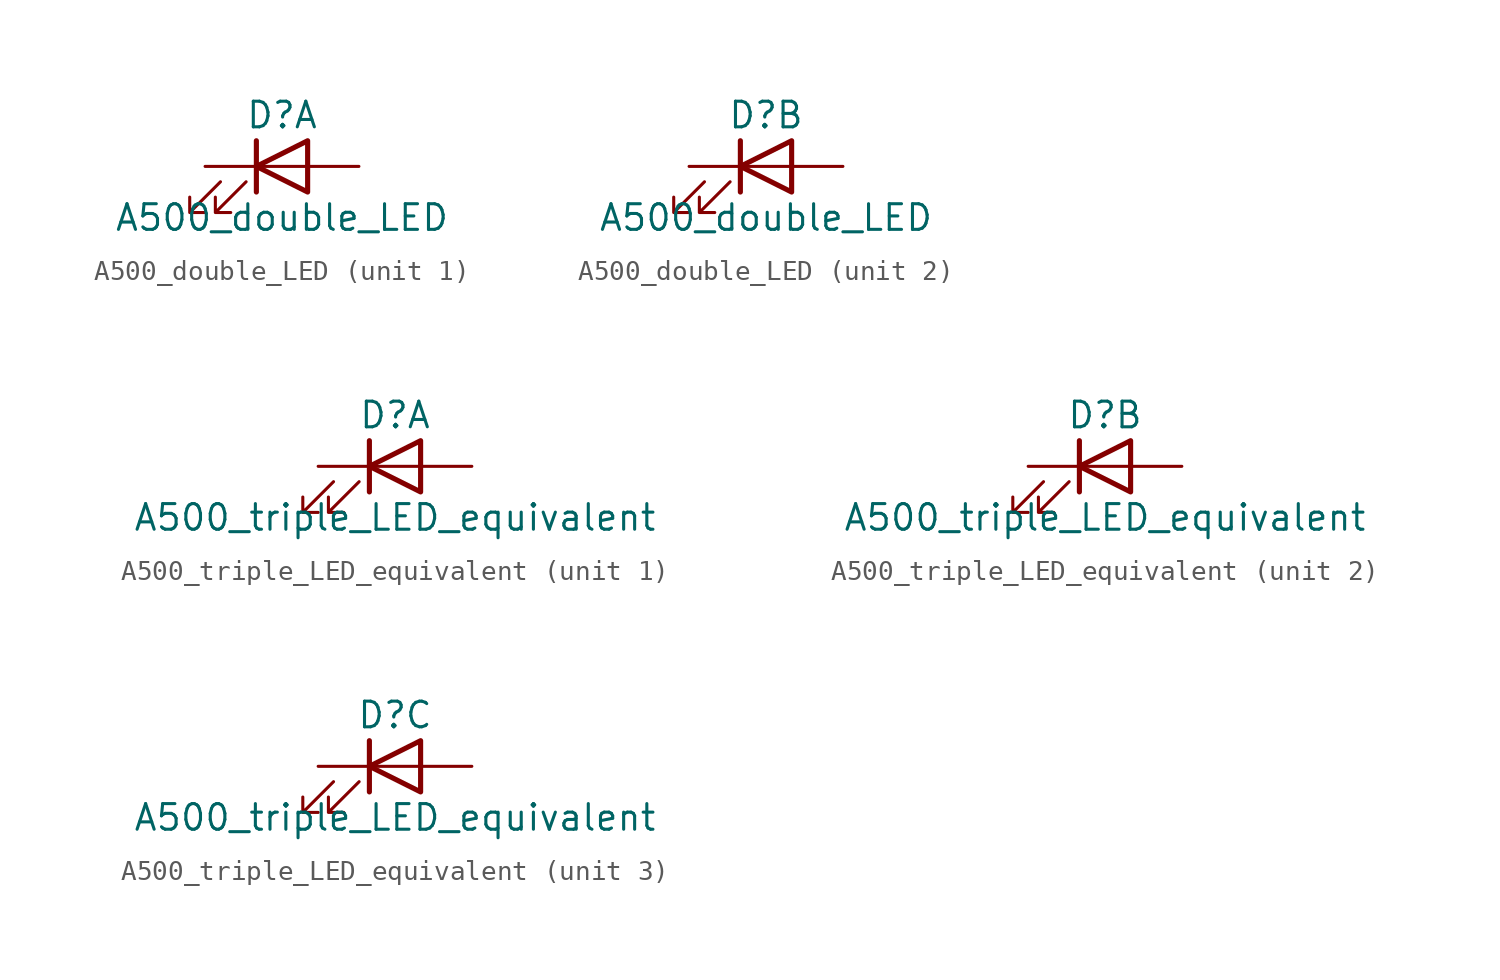
<source format=kicad_sym>
(kicad_symbol_lib
  (version 20241209)
  (generator "kicad_symbol_editor")
  (generator_version "9.0")
  (symbol "A500_double_LED"
    (pin_numbers
      (hide yes))
    (pin_names
      (offset 1.016)
      (hide yes))
    (property "Reference" "D"
      (at 0 2.54 0)
      (effects (font (size 1.27 1.27))))
    (property "Value" "A500_double_LED"
      (at 0 -2.54 0)
      (effects (font (size 1.27 1.27))))
    (symbol "A500_double_LED_0_1"
      (polyline (pts (xy -3.048 -0.762) (xy -4.572 -2.286) (xy -3.81 -2.286) (xy -4.572 -2.286) (xy -4.572 -1.524)) (stroke (width 0) (type default)) (fill (type none)))
      (polyline (pts (xy -1.778 -0.762) (xy -3.302 -2.286) (xy -2.54 -2.286) (xy -3.302 -2.286) (xy -3.302 -1.524)) (stroke (width 0) (type default)) (fill (type none)))
      (polyline (pts (xy -1.27 0) (xy 1.27 0)) (stroke (width 0) (type default)) (fill (type none)))
      (polyline (pts (xy -1.27 -1.27) (xy -1.27 1.27)) (stroke (width 0.254) (type default)) (fill (type none)))
      (polyline (pts (xy 1.27 -1.27) (xy 1.27 1.27) (xy -1.27 0) (xy 1.27 -1.27)) (stroke (width 0.254) (type default)) (fill (type none))))
    (symbol "A500_double_LED_1_1"
      (pin passive line (at -3.81 0 0) (length 2.54) (name "K" (effects (font (size 1.27 1.27)))) (number "1" (effects (font (size 1.27 1.27)))))
      (pin passive line (at 3.81 0 180) (length 2.54) (name "A" (effects (font (size 1.27 1.27)))) (number "2" (effects (font (size 1.27 1.27))))))
    (symbol "A500_double_LED_2_1"
      (pin passive line (at -3.81 0 0) (length 2.54) (name "K" (effects (font (size 1.27 1.27)))) (number "3" (effects (font (size 1.27 1.27)))))
      (pin passive line (at 3.81 0 180) (length 2.54) (name "A" (effects (font (size 1.27 1.27)))) (number "4" (effects (font (size 1.27 1.27)))))))
  (symbol "A500_triple_LED_equivalent"
    (pin_numbers
      (hide yes))
    (pin_names
      (offset 1.016)
      (hide yes))
    (property "Reference" "D"
      (at 0 2.54 0)
      (effects (font (size 1.27 1.27))))
    (property "Value" "A500_triple_LED_equivalent"
      (at 0 -2.54 0)
      (effects (font (size 1.27 1.27))))
    (symbol "A500_triple_LED_equivalent_0_1"
      (polyline (pts (xy -3.048 -0.762) (xy -4.572 -2.286) (xy -3.81 -2.286) (xy -4.572 -2.286) (xy -4.572 -1.524)) (stroke (width 0) (type default)) (fill (type none)))
      (polyline (pts (xy -1.778 -0.762) (xy -3.302 -2.286) (xy -2.54 -2.286) (xy -3.302 -2.286) (xy -3.302 -1.524)) (stroke (width 0) (type default)) (fill (type none)))
      (polyline (pts (xy -1.27 0) (xy 1.27 0)) (stroke (width 0) (type default)) (fill (type none)))
      (polyline (pts (xy -1.27 -1.27) (xy -1.27 1.27)) (stroke (width 0.254) (type default)) (fill (type none)))
      (polyline (pts (xy 1.27 -1.27) (xy 1.27 1.27) (xy -1.27 0) (xy 1.27 -1.27)) (stroke (width 0.254) (type default)) (fill (type none))))
    (symbol "A500_triple_LED_equivalent_1_1"
      (pin passive line (at -3.81 0 0) (length 2.54) (name "K" (effects (font (size 1.27 1.27)))) (number "1" (effects (font (size 1.27 1.27)))))
      (pin passive line (at 3.81 0 180) (length 2.54) (name "A" (effects (font (size 1.27 1.27)))) (number "2" (effects (font (size 1.27 1.27))))))
    (symbol "A500_triple_LED_equivalent_2_1"
      (pin passive line (at -3.81 0 0) (length 2.54) (name "K" (effects (font (size 1.27 1.27)))) (number "3" (effects (font (size 1.27 1.27)))))
      (pin passive line (at 3.81 0 180) (length 2.54) (name "A" (effects (font (size 1.27 1.27)))) (number "4" (effects (font (size 1.27 1.27))))))
    (symbol "A500_triple_LED_equivalent_3_1"
      (pin passive line (at -3.81 0 0) (length 2.54) (name "K" (effects (font (size 1.27 1.27)))) (number "5" (effects (font (size 1.27 1.27)))))
      (pin passive line (at 3.81 0 180) (length 2.54) (name "A" (effects (font (size 1.27 1.27)))) (number "6" (effects (font (size 1.27 1.27))))))))
</source>
